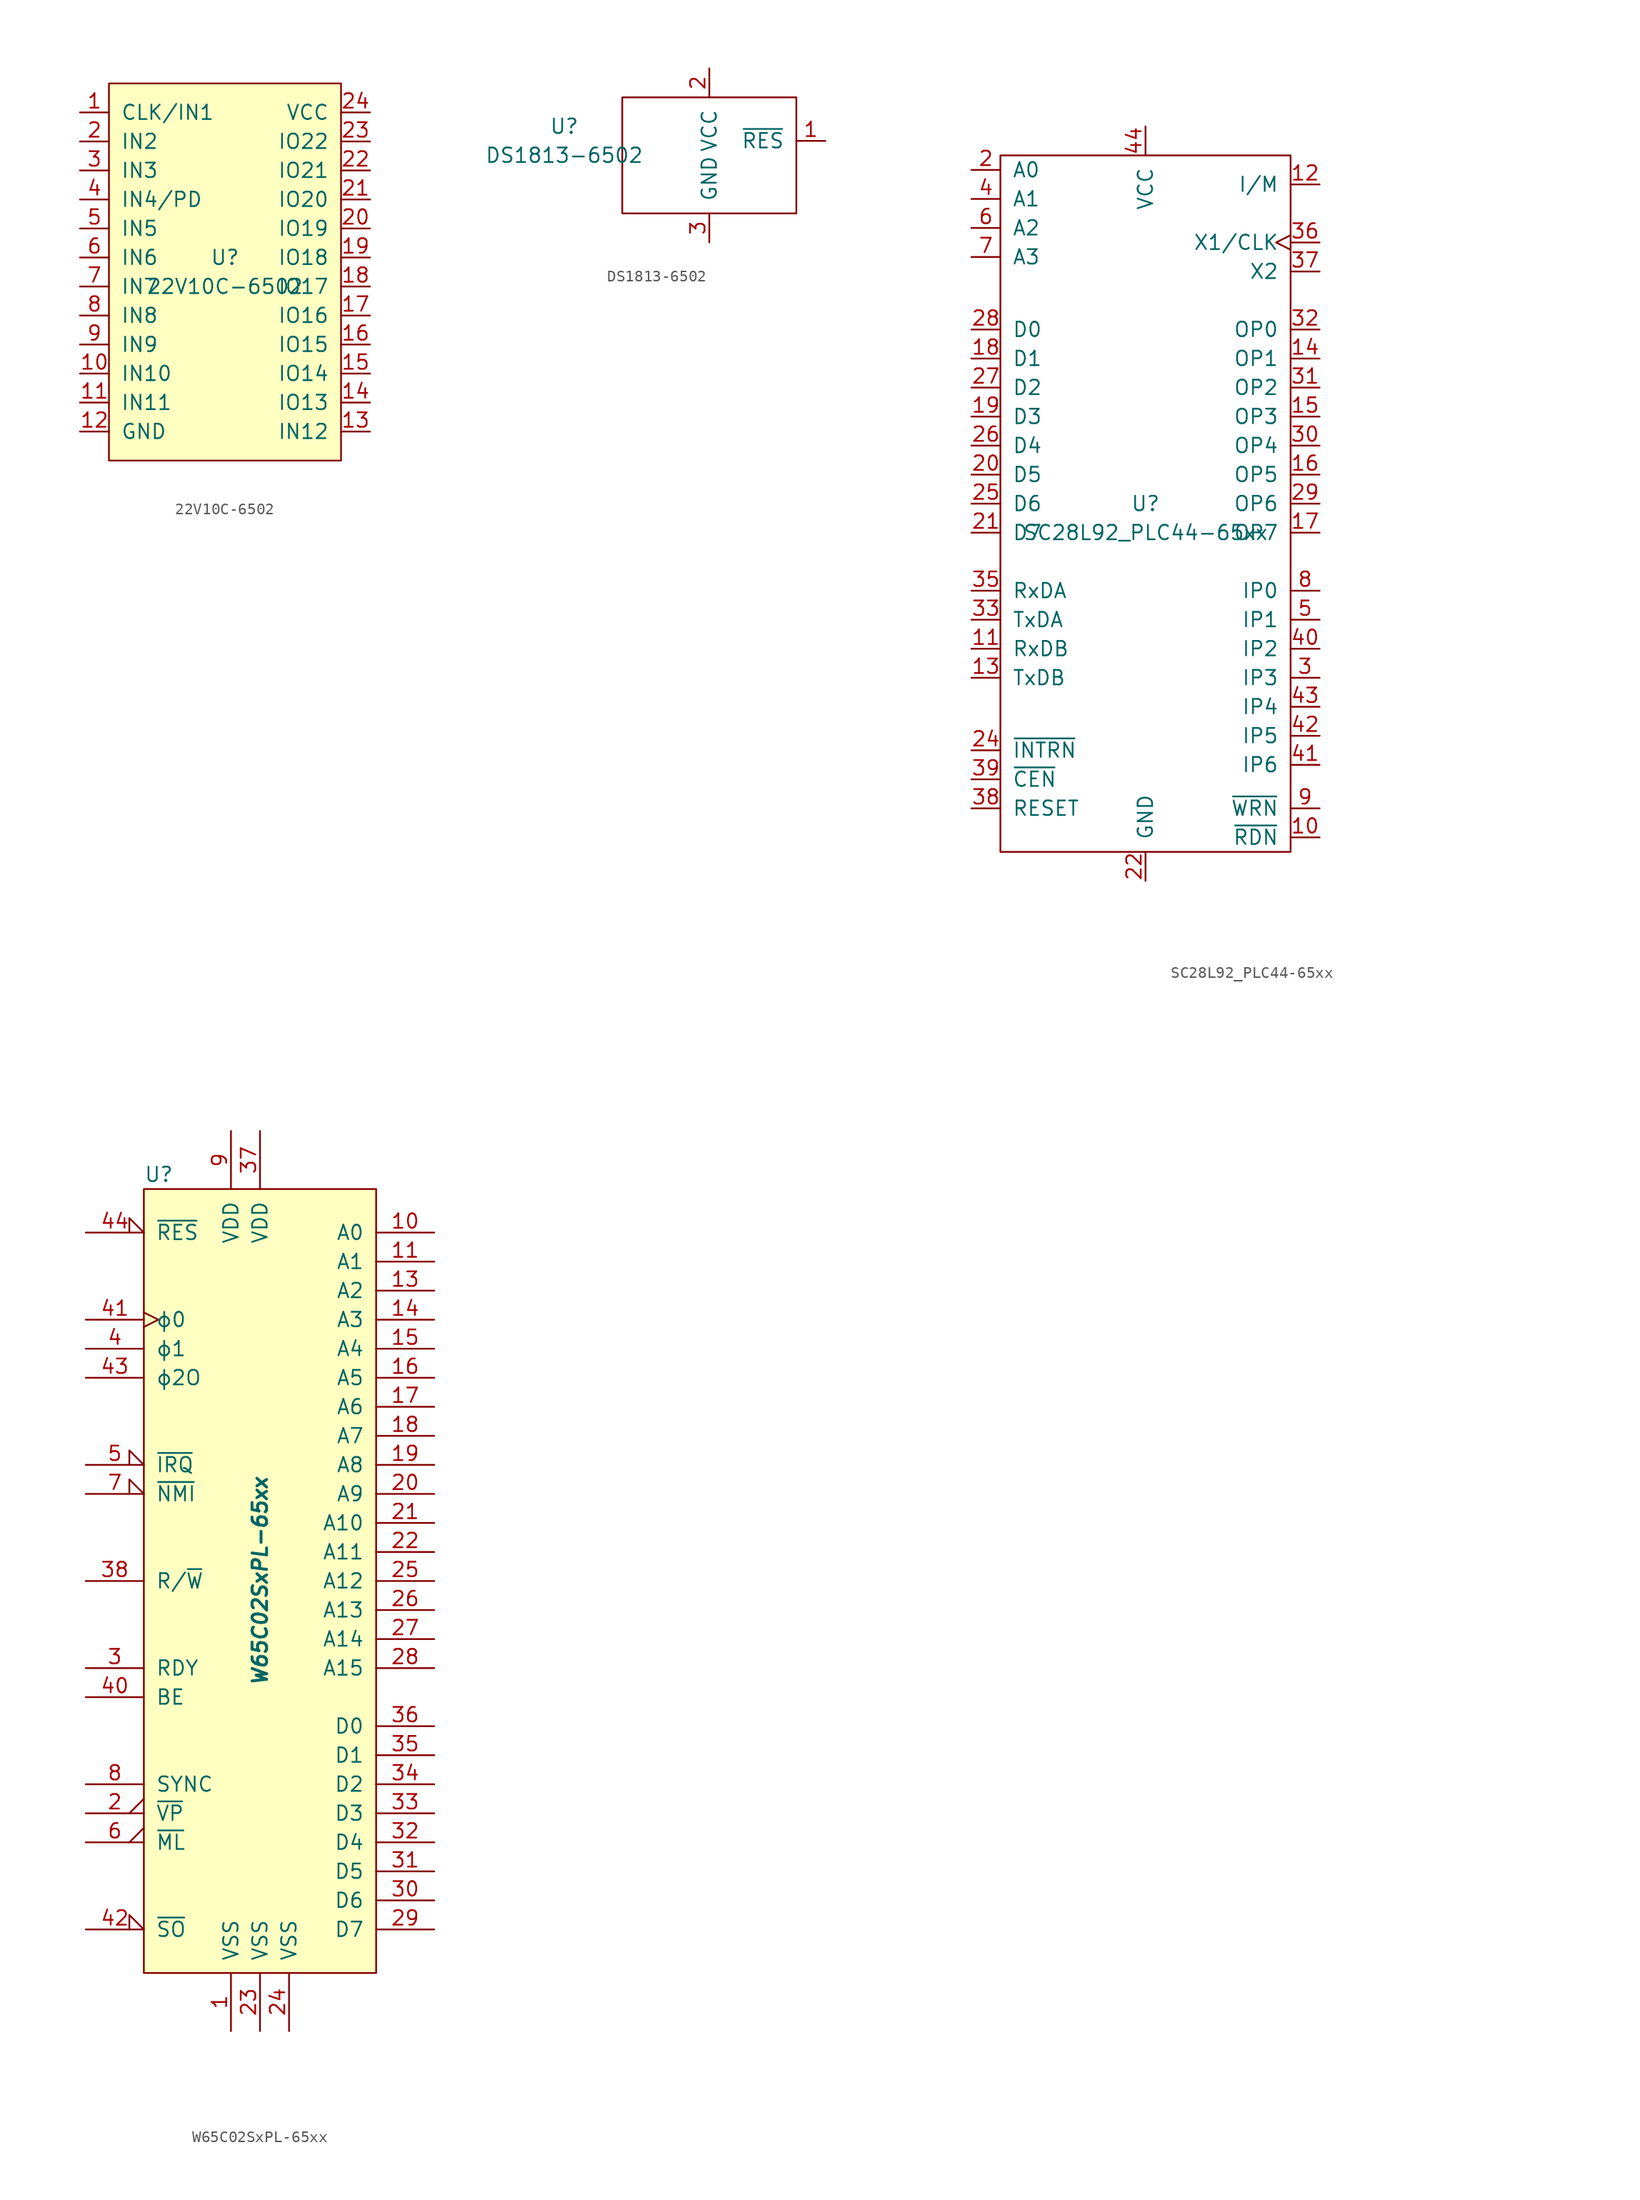
<source format=kicad_sym>
(kicad_symbol_lib
  (version 20220914)
  (generator kicad_symbol_editor)
  (symbol "22V10C-6502"
    (pin_names
      (offset 1.016))
    (property "Reference" "U"
      (at 0 1.27 0)
      (effects (font (size 1.27 1.27))))
    (property "Value" "22V10C-6502"
      (at 0 -1.27 0)
      (effects (font (size 1.27 1.27))))
    (symbol "22V10C-6502_0_1"
      (rectangle (start -10.16 16.51) (end 10.16 -16.51) (stroke (width 0) (type solid)) (fill (type background))))
    (symbol "22V10C-6502_1_1"
      (pin input line (at -12.7 13.97 0) (length 2.54) (name "CLK/IN1" (effects (font (size 1.27 1.27)))) (number "1" (effects (font (size 1.27 1.27)))))
      (pin input line (at -12.7 -8.89 0) (length 2.54) (name "IN10" (effects (font (size 1.27 1.27)))) (number "10" (effects (font (size 1.27 1.27)))))
      (pin input line (at -12.7 -11.43 0) (length 2.54) (name "IN11" (effects (font (size 1.27 1.27)))) (number "11" (effects (font (size 1.27 1.27)))))
      (pin power_in line (at -12.7 -13.97 0) (length 2.54) (name "GND" (effects (font (size 1.27 1.27)))) (number "12" (effects (font (size 1.27 1.27)))))
      (pin bidirectional line (at 12.7 -13.97 180) (length 2.54) (name "IN12" (effects (font (size 1.27 1.27)))) (number "13" (effects (font (size 1.27 1.27)))))
      (pin bidirectional line (at 12.7 -11.43 180) (length 2.54) (name "IO13" (effects (font (size 1.27 1.27)))) (number "14" (effects (font (size 1.27 1.27)))))
      (pin bidirectional line (at 12.7 -8.89 180) (length 2.54) (name "IO14" (effects (font (size 1.27 1.27)))) (number "15" (effects (font (size 1.27 1.27)))))
      (pin bidirectional line (at 12.7 -6.35 180) (length 2.54) (name "IO15" (effects (font (size 1.27 1.27)))) (number "16" (effects (font (size 1.27 1.27)))))
      (pin bidirectional line (at 12.7 -3.81 180) (length 2.54) (name "IO16" (effects (font (size 1.27 1.27)))) (number "17" (effects (font (size 1.27 1.27)))))
      (pin bidirectional line (at 12.7 -1.27 180) (length 2.54) (name "IO17" (effects (font (size 1.27 1.27)))) (number "18" (effects (font (size 1.27 1.27)))))
      (pin bidirectional line (at 12.7 1.27 180) (length 2.54) (name "IO18" (effects (font (size 1.27 1.27)))) (number "19" (effects (font (size 1.27 1.27)))))
      (pin input line (at -12.7 11.43 0) (length 2.54) (name "IN2" (effects (font (size 1.27 1.27)))) (number "2" (effects (font (size 1.27 1.27)))))
      (pin bidirectional line (at 12.7 3.81 180) (length 2.54) (name "IO19" (effects (font (size 1.27 1.27)))) (number "20" (effects (font (size 1.27 1.27)))))
      (pin bidirectional line (at 12.7 6.35 180) (length 2.54) (name "IO20" (effects (font (size 1.27 1.27)))) (number "21" (effects (font (size 1.27 1.27)))))
      (pin bidirectional line (at 12.7 8.89 180) (length 2.54) (name "IO21" (effects (font (size 1.27 1.27)))) (number "22" (effects (font (size 1.27 1.27)))))
      (pin bidirectional line (at 12.7 11.43 180) (length 2.54) (name "IO22" (effects (font (size 1.27 1.27)))) (number "23" (effects (font (size 1.27 1.27)))))
      (pin power_in line (at 12.7 13.97 180) (length 2.54) (name "VCC" (effects (font (size 1.27 1.27)))) (number "24" (effects (font (size 1.27 1.27)))))
      (pin input line (at -12.7 8.89 0) (length 2.54) (name "IN3" (effects (font (size 1.27 1.27)))) (number "3" (effects (font (size 1.27 1.27)))))
      (pin input line (at -12.7 6.35 0) (length 2.54) (name "IN4/PD" (effects (font (size 1.27 1.27)))) (number "4" (effects (font (size 1.27 1.27)))))
      (pin input line (at -12.7 3.81 0) (length 2.54) (name "IN5" (effects (font (size 1.27 1.27)))) (number "5" (effects (font (size 1.27 1.27)))))
      (pin input line (at -12.7 1.27 0) (length 2.54) (name "IN6" (effects (font (size 1.27 1.27)))) (number "6" (effects (font (size 1.27 1.27)))))
      (pin input line (at -12.7 -1.27 0) (length 2.54) (name "IN7" (effects (font (size 1.27 1.27)))) (number "7" (effects (font (size 1.27 1.27)))))
      (pin input line (at -12.7 -3.81 0) (length 2.54) (name "IN8" (effects (font (size 1.27 1.27)))) (number "8" (effects (font (size 1.27 1.27)))))
      (pin input line (at -12.7 -6.35 0) (length 2.54) (name "IN9" (effects (font (size 1.27 1.27)))) (number "9" (effects (font (size 1.27 1.27)))))))
  (symbol "DS1813-6502"
    (pin_names
      (offset 1.016))
    (property "Reference" "U"
      (at -12.7 1.27 0)
      (effects (font (size 1.27 1.27))))
    (property "Value" "DS1813-6502"
      (at -12.7 -1.27 0)
      (effects (font (size 1.27 1.27))))
    (symbol "DS1813-6502_0_1"
      (rectangle (start -7.62 3.81) (end 7.62 -6.35) (stroke (width 0) (type solid)) (fill (type none))))
    (symbol "DS1813-6502_1_1"
      (pin bidirectional line (at 10.16 0 180) (length 2.54) (name "~{RES}" (effects (font (size 1.27 1.27)))) (number "1" (effects (font (size 1.27 1.27)))))
      (pin power_in line (at 0 6.35 270) (length 2.54) (name "VCC" (effects (font (size 1.27 1.27)))) (number "2" (effects (font (size 1.27 1.27)))))
      (pin power_in line (at 0 -8.89 90) (length 2.54) (name "GND" (effects (font (size 1.27 1.27)))) (number "3" (effects (font (size 1.27 1.27)))))))
  (symbol "SC28L92_PLC44-65xx"
    (pin_names
      (offset 1.016))
    (property "Reference" "U"
      (at 0 0 0)
      (effects (font (size 1.27 1.27))))
    (property "Value" "SC28L92_PLC44-65xx"
      (at 0 -2.54 0)
      (effects (font (size 1.27 1.27))))
    (symbol "SC28L92_PLC44-65xx_0_1"
      (rectangle (start -12.7 30.48) (end 12.7 -30.48) (stroke (width 0) (type solid)) (fill (type none))))
    (symbol "SC28L92_PLC44-65xx_1_1"
      (pin no_connect line (at 34.29 29.21 180) (length 2.54) hide (name "NC1" (effects (font (size 1.27 1.27)))) (number "1" (effects (font (size 1.27 1.27)))))
      (pin input line (at 15.24 -29.21 180) (length 2.54) (name "~{RDN}" (effects (font (size 1.27 1.27)))) (number "10" (effects (font (size 1.27 1.27)))))
      (pin input line (at -15.24 -12.7 0) (length 2.54) (name "RxDB" (effects (font (size 1.27 1.27)))) (number "11" (effects (font (size 1.27 1.27)))))
      (pin input line (at 15.24 27.94 180) (length 2.54) (name "I/M" (effects (font (size 1.27 1.27)))) (number "12" (effects (font (size 1.27 1.27)))))
      (pin output line (at -15.24 -15.24 0) (length 2.54) (name "TxDB" (effects (font (size 1.27 1.27)))) (number "13" (effects (font (size 1.27 1.27)))))
      (pin output line (at 15.24 12.7 180) (length 2.54) (name "OP1" (effects (font (size 1.27 1.27)))) (number "14" (effects (font (size 1.27 1.27)))))
      (pin output line (at 15.24 7.62 180) (length 2.54) (name "OP3" (effects (font (size 1.27 1.27)))) (number "15" (effects (font (size 1.27 1.27)))))
      (pin output line (at 15.24 2.54 180) (length 2.54) (name "OP5" (effects (font (size 1.27 1.27)))) (number "16" (effects (font (size 1.27 1.27)))))
      (pin output line (at 15.24 -2.54 180) (length 2.54) (name "OP7" (effects (font (size 1.27 1.27)))) (number "17" (effects (font (size 1.27 1.27)))))
      (pin tri_state line (at -15.24 12.7 0) (length 2.54) (name "D1" (effects (font (size 1.27 1.27)))) (number "18" (effects (font (size 1.27 1.27)))))
      (pin tri_state line (at -15.24 7.62 0) (length 2.54) (name "D3" (effects (font (size 1.27 1.27)))) (number "19" (effects (font (size 1.27 1.27)))))
      (pin input line (at -15.24 29.21 0) (length 2.54) (name "A0" (effects (font (size 1.27 1.27)))) (number "2" (effects (font (size 1.27 1.27)))))
      (pin tri_state line (at -15.24 2.54 0) (length 2.54) (name "D5" (effects (font (size 1.27 1.27)))) (number "20" (effects (font (size 1.27 1.27)))))
      (pin tri_state line (at -15.24 -2.54 0) (length 2.54) (name "D7" (effects (font (size 1.27 1.27)))) (number "21" (effects (font (size 1.27 1.27)))))
      (pin power_in line (at 0 -33.02 90) (length 2.54) (name "GND" (effects (font (size 1.27 1.27)))) (number "22" (effects (font (size 1.27 1.27)))))
      (pin no_connect line (at 34.29 26.67 180) (length 2.54) hide (name "NC23" (effects (font (size 1.27 1.27)))) (number "23" (effects (font (size 1.27 1.27)))))
      (pin output line (at -15.24 -21.59 0) (length 2.54) (name "~{INTRN}" (effects (font (size 1.27 1.27)))) (number "24" (effects (font (size 1.27 1.27)))))
      (pin tri_state line (at -15.24 0 0) (length 2.54) (name "D6" (effects (font (size 1.27 1.27)))) (number "25" (effects (font (size 1.27 1.27)))))
      (pin tri_state line (at -15.24 5.08 0) (length 2.54) (name "D4" (effects (font (size 1.27 1.27)))) (number "26" (effects (font (size 1.27 1.27)))))
      (pin tri_state line (at -15.24 10.16 0) (length 2.54) (name "D2" (effects (font (size 1.27 1.27)))) (number "27" (effects (font (size 1.27 1.27)))))
      (pin tri_state line (at -15.24 15.24 0) (length 2.54) (name "D0" (effects (font (size 1.27 1.27)))) (number "28" (effects (font (size 1.27 1.27)))))
      (pin output line (at 15.24 0 180) (length 2.54) (name "OP6" (effects (font (size 1.27 1.27)))) (number "29" (effects (font (size 1.27 1.27)))))
      (pin input line (at 15.24 -15.24 180) (length 2.54) (name "IP3" (effects (font (size 1.27 1.27)))) (number "3" (effects (font (size 1.27 1.27)))))
      (pin output line (at 15.24 5.08 180) (length 2.54) (name "OP4" (effects (font (size 1.27 1.27)))) (number "30" (effects (font (size 1.27 1.27)))))
      (pin output line (at 15.24 10.16 180) (length 2.54) (name "OP2" (effects (font (size 1.27 1.27)))) (number "31" (effects (font (size 1.27 1.27)))))
      (pin output line (at 15.24 15.24 180) (length 2.54) (name "OP0" (effects (font (size 1.27 1.27)))) (number "32" (effects (font (size 1.27 1.27)))))
      (pin output line (at -15.24 -10.16 0) (length 2.54) (name "TxDA" (effects (font (size 1.27 1.27)))) (number "33" (effects (font (size 1.27 1.27)))))
      (pin no_connect line (at 34.29 24.13 180) (length 2.54) hide (name "NC34" (effects (font (size 1.27 1.27)))) (number "34" (effects (font (size 1.27 1.27)))))
      (pin input line (at -15.24 -7.62 0) (length 2.54) (name "RxDA" (effects (font (size 1.27 1.27)))) (number "35" (effects (font (size 1.27 1.27)))))
      (pin input clock (at 15.24 22.86 180) (length 2.54) (name "X1/CLK" (effects (font (size 1.27 1.27)))) (number "36" (effects (font (size 1.27 1.27)))))
      (pin output line (at 15.24 20.32 180) (length 2.54) (name "X2" (effects (font (size 1.27 1.27)))) (number "37" (effects (font (size 1.27 1.27)))))
      (pin input line (at -15.24 -26.67 0) (length 2.54) (name "RESET" (effects (font (size 1.27 1.27)))) (number "38" (effects (font (size 1.27 1.27)))))
      (pin input line (at -15.24 -24.13 0) (length 2.54) (name "~{CEN}" (effects (font (size 1.27 1.27)))) (number "39" (effects (font (size 1.27 1.27)))))
      (pin input line (at -15.24 26.67 0) (length 2.54) (name "A1" (effects (font (size 1.27 1.27)))) (number "4" (effects (font (size 1.27 1.27)))))
      (pin input line (at 15.24 -12.7 180) (length 2.54) (name "IP2" (effects (font (size 1.27 1.27)))) (number "40" (effects (font (size 1.27 1.27)))))
      (pin input line (at 15.24 -22.86 180) (length 2.54) (name "IP6" (effects (font (size 1.27 1.27)))) (number "41" (effects (font (size 1.27 1.27)))))
      (pin input line (at 15.24 -20.32 180) (length 2.54) (name "IP5" (effects (font (size 1.27 1.27)))) (number "42" (effects (font (size 1.27 1.27)))))
      (pin input line (at 15.24 -17.78 180) (length 2.54) (name "IP4" (effects (font (size 1.27 1.27)))) (number "43" (effects (font (size 1.27 1.27)))))
      (pin power_in line (at 0 33.02 270) (length 2.54) (name "VCC" (effects (font (size 1.27 1.27)))) (number "44" (effects (font (size 1.27 1.27)))))
      (pin input line (at 15.24 -10.16 180) (length 2.54) (name "IP1" (effects (font (size 1.27 1.27)))) (number "5" (effects (font (size 1.27 1.27)))))
      (pin input line (at -15.24 24.13 0) (length 2.54) (name "A2" (effects (font (size 1.27 1.27)))) (number "6" (effects (font (size 1.27 1.27)))))
      (pin input line (at -15.24 21.59 0) (length 2.54) (name "A3" (effects (font (size 1.27 1.27)))) (number "7" (effects (font (size 1.27 1.27)))))
      (pin input line (at 15.24 -7.62 180) (length 2.54) (name "IP0" (effects (font (size 1.27 1.27)))) (number "8" (effects (font (size 1.27 1.27)))))
      (pin input line (at 15.24 -26.67 180) (length 2.54) (name "~{WRN}" (effects (font (size 1.27 1.27)))) (number "9" (effects (font (size 1.27 1.27)))))))
  (symbol "W65C02SxPL-65xx"
    (pin_names
      (offset 1.016))
    (property "Reference" "U"
      (at -10.16 35.56 0)
      (effects (font (size 1.27 1.27)) (justify left)))
    (property "Value" "W65C02SxPL-65xx"
      (at 0 0 90)
      (effects (font (size 1.27 1.27) bold italic)))
    (symbol "W65C02SxPL-65xx_0_1"
      (rectangle (start -10.16 34.29) (end 10.16 -34.29) (stroke (width 0) (type solid)) (fill (type background))))
    (symbol "W65C02SxPL-65xx_1_1"
      (pin power_in line (at -2.54 -39.37 90) (length 5.08) (name "VSS" (effects (font (size 1.27 1.27)))) (number "1" (effects (font (size 1.27 1.27)))))
      (pin tri_state line (at 15.24 30.48 180) (length 5.08) (name "A0" (effects (font (size 1.27 1.27)))) (number "10" (effects (font (size 1.27 1.27)))))
      (pin tri_state line (at 15.24 27.94 180) (length 5.08) (name "A1" (effects (font (size 1.27 1.27)))) (number "11" (effects (font (size 1.27 1.27)))))
      (pin no_connect non_logic (at -10.16 -25.4 0) (length 2.54) hide (name "nc" (effects (font (size 1.27 1.27)))) (number "12" (effects (font (size 1.27 1.27)))))
      (pin tri_state line (at 15.24 25.4 180) (length 5.08) (name "A2" (effects (font (size 1.27 1.27)))) (number "13" (effects (font (size 1.27 1.27)))))
      (pin tri_state line (at 15.24 22.86 180) (length 5.08) (name "A3" (effects (font (size 1.27 1.27)))) (number "14" (effects (font (size 1.27 1.27)))))
      (pin tri_state line (at 15.24 20.32 180) (length 5.08) (name "A4" (effects (font (size 1.27 1.27)))) (number "15" (effects (font (size 1.27 1.27)))))
      (pin tri_state line (at 15.24 17.78 180) (length 5.08) (name "A5" (effects (font (size 1.27 1.27)))) (number "16" (effects (font (size 1.27 1.27)))))
      (pin tri_state line (at 15.24 15.24 180) (length 5.08) (name "A6" (effects (font (size 1.27 1.27)))) (number "17" (effects (font (size 1.27 1.27)))))
      (pin tri_state line (at 15.24 12.7 180) (length 5.08) (name "A7" (effects (font (size 1.27 1.27)))) (number "18" (effects (font (size 1.27 1.27)))))
      (pin tri_state line (at 15.24 10.16 180) (length 5.08) (name "A8" (effects (font (size 1.27 1.27)))) (number "19" (effects (font (size 1.27 1.27)))))
      (pin output output_low (at -15.24 -20.32 0) (length 5.08) (name "~{VP}" (effects (font (size 1.27 1.27)))) (number "2" (effects (font (size 1.27 1.27)))))
      (pin tri_state line (at 15.24 7.62 180) (length 5.08) (name "A9" (effects (font (size 1.27 1.27)))) (number "20" (effects (font (size 1.27 1.27)))))
      (pin tri_state line (at 15.24 5.08 180) (length 5.08) (name "A10" (effects (font (size 1.27 1.27)))) (number "21" (effects (font (size 1.27 1.27)))))
      (pin tri_state line (at 15.24 2.54 180) (length 5.08) (name "A11" (effects (font (size 1.27 1.27)))) (number "22" (effects (font (size 1.27 1.27)))))
      (pin power_in line (at 0 -39.37 90) (length 5.08) (name "VSS" (effects (font (size 1.27 1.27)))) (number "23" (effects (font (size 1.27 1.27)))))
      (pin power_in line (at 2.54 -39.37 90) (length 5.08) (name "VSS" (effects (font (size 1.27 1.27)))) (number "24" (effects (font (size 1.27 1.27)))))
      (pin tri_state line (at 15.24 0 180) (length 5.08) (name "A12" (effects (font (size 1.27 1.27)))) (number "25" (effects (font (size 1.27 1.27)))))
      (pin tri_state line (at 15.24 -2.54 180) (length 5.08) (name "A13" (effects (font (size 1.27 1.27)))) (number "26" (effects (font (size 1.27 1.27)))))
      (pin tri_state line (at 15.24 -5.08 180) (length 5.08) (name "A14" (effects (font (size 1.27 1.27)))) (number "27" (effects (font (size 1.27 1.27)))))
      (pin tri_state line (at 15.24 -7.62 180) (length 5.08) (name "A15" (effects (font (size 1.27 1.27)))) (number "28" (effects (font (size 1.27 1.27)))))
      (pin bidirectional line (at 15.24 -30.48 180) (length 5.08) (name "D7" (effects (font (size 1.27 1.27)))) (number "29" (effects (font (size 1.27 1.27)))))
      (pin open_collector line (at -15.24 -7.62 0) (length 5.08) (name "RDY" (effects (font (size 1.27 1.27)))) (number "3" (effects (font (size 1.27 1.27)))))
      (pin bidirectional line (at 15.24 -27.94 180) (length 5.08) (name "D6" (effects (font (size 1.27 1.27)))) (number "30" (effects (font (size 1.27 1.27)))))
      (pin bidirectional line (at 15.24 -25.4 180) (length 5.08) (name "D5" (effects (font (size 1.27 1.27)))) (number "31" (effects (font (size 1.27 1.27)))))
      (pin bidirectional line (at 15.24 -22.86 180) (length 5.08) (name "D4" (effects (font (size 1.27 1.27)))) (number "32" (effects (font (size 1.27 1.27)))))
      (pin bidirectional line (at 15.24 -20.32 180) (length 5.08) (name "D3" (effects (font (size 1.27 1.27)))) (number "33" (effects (font (size 1.27 1.27)))))
      (pin bidirectional line (at 15.24 -17.78 180) (length 5.08) (name "D2" (effects (font (size 1.27 1.27)))) (number "34" (effects (font (size 1.27 1.27)))))
      (pin bidirectional line (at 15.24 -15.24 180) (length 5.08) (name "D1" (effects (font (size 1.27 1.27)))) (number "35" (effects (font (size 1.27 1.27)))))
      (pin bidirectional line (at 15.24 -12.7 180) (length 5.08) (name "D0" (effects (font (size 1.27 1.27)))) (number "36" (effects (font (size 1.27 1.27)))))
      (pin power_in line (at 0 39.37 270) (length 5.08) (name "VDD" (effects (font (size 1.27 1.27)))) (number "37" (effects (font (size 1.27 1.27)))))
      (pin tri_state line (at -15.24 0 0) (length 5.08) (name "R/~{W}" (effects (font (size 1.27 1.27)))) (number "38" (effects (font (size 1.27 1.27)))))
      (pin no_connect non_logic (at -10.16 -27.94 0) (length 2.54) hide (name "nc" (effects (font (size 1.27 1.27)))) (number "39" (effects (font (size 1.27 1.27)))))
      (pin output line (at -15.24 20.32 0) (length 5.08) (name "ϕ1" (effects (font (size 1.27 1.27)))) (number "4" (effects (font (size 1.27 1.27)))))
      (pin input line (at -15.24 -10.16 0) (length 5.08) (name "BE" (effects (font (size 1.27 1.27)))) (number "40" (effects (font (size 1.27 1.27)))))
      (pin input clock (at -15.24 22.86 0) (length 5.08) (name "ϕ0" (effects (font (size 1.27 1.27)))) (number "41" (effects (font (size 1.27 1.27)))))
      (pin input input_low (at -15.24 -30.48 0) (length 5.08) (name "~{SO}" (effects (font (size 1.27 1.27)))) (number "42" (effects (font (size 1.27 1.27)))))
      (pin output line (at -15.24 17.78 0) (length 5.08) (name "ϕ2O" (effects (font (size 1.27 1.27)))) (number "43" (effects (font (size 1.27 1.27)))))
      (pin input input_low (at -15.24 30.48 0) (length 5.08) (name "~{RES}" (effects (font (size 1.27 1.27)))) (number "44" (effects (font (size 1.27 1.27)))))
      (pin input input_low (at -15.24 10.16 0) (length 5.08) (name "~{IRQ}" (effects (font (size 1.27 1.27)))) (number "5" (effects (font (size 1.27 1.27)))))
      (pin output output_low (at -15.24 -22.86 0) (length 5.08) (name "~{ML}" (effects (font (size 1.27 1.27)))) (number "6" (effects (font (size 1.27 1.27)))))
      (pin input input_low (at -15.24 7.62 0) (length 5.08) (name "~{NMI}" (effects (font (size 1.27 1.27)))) (number "7" (effects (font (size 1.27 1.27)))))
      (pin output line (at -15.24 -17.78 0) (length 5.08) (name "SYNC" (effects (font (size 1.27 1.27)))) (number "8" (effects (font (size 1.27 1.27)))))
      (pin power_in line (at -2.54 39.37 270) (length 5.08) (name "VDD" (effects (font (size 1.27 1.27)))) (number "9" (effects (font (size 1.27 1.27))))))))
</source>
